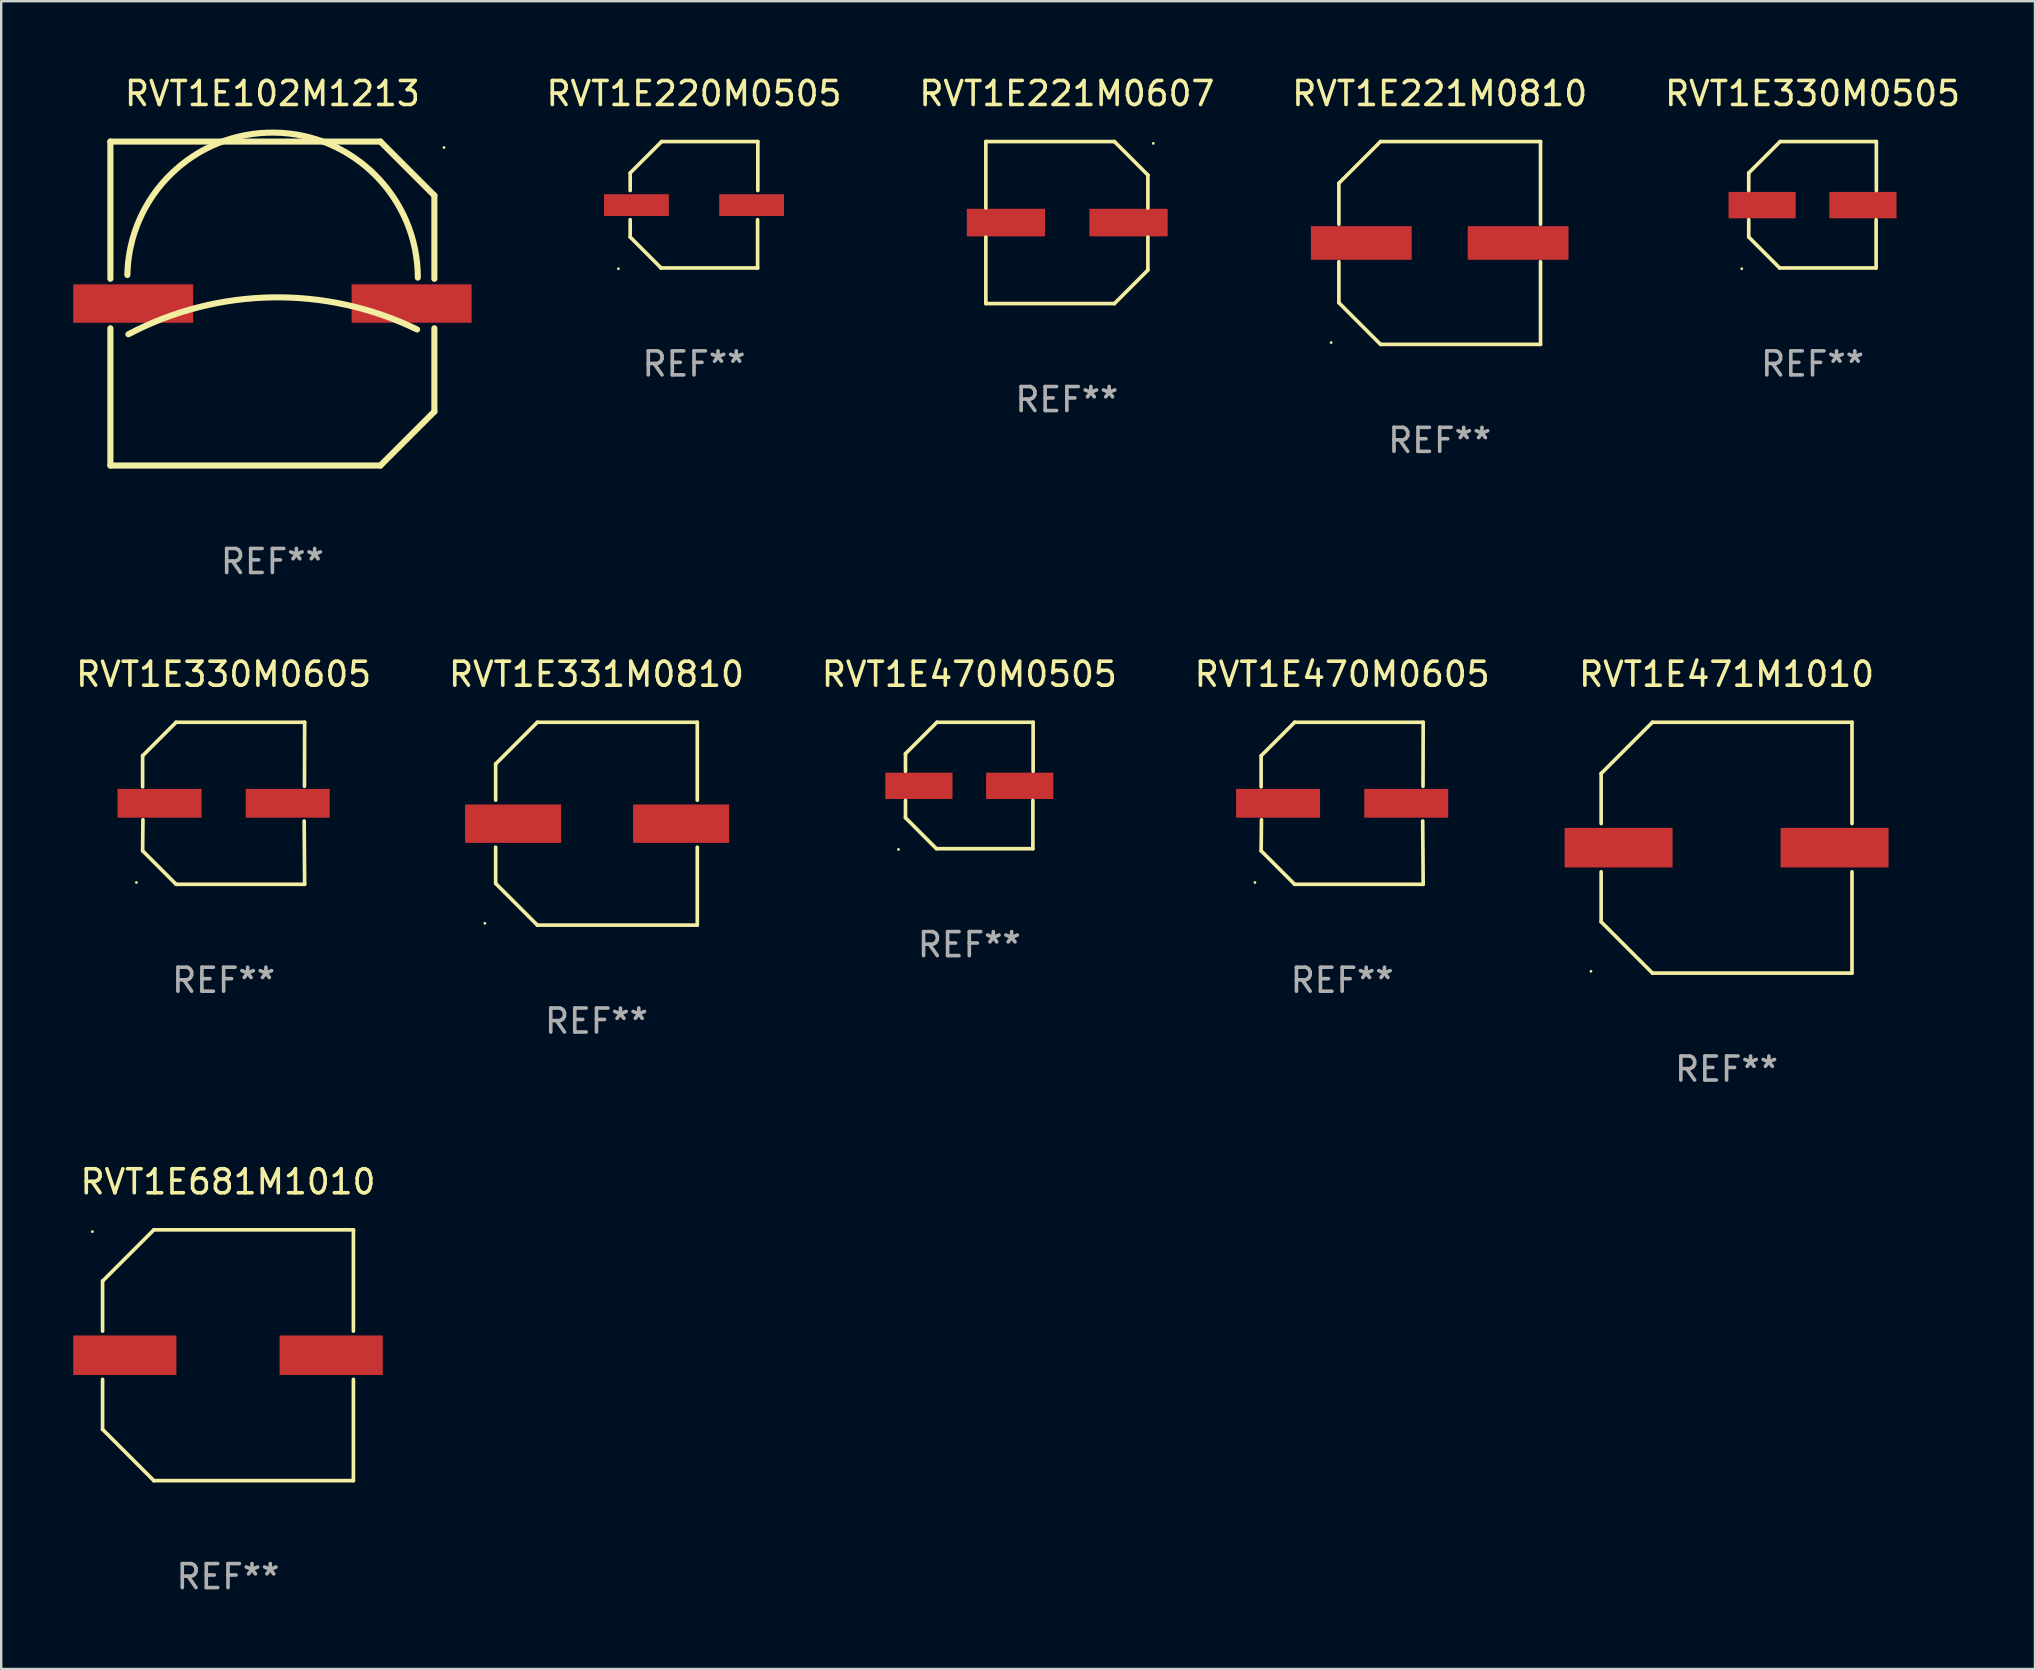
<source format=kicad_pcb>
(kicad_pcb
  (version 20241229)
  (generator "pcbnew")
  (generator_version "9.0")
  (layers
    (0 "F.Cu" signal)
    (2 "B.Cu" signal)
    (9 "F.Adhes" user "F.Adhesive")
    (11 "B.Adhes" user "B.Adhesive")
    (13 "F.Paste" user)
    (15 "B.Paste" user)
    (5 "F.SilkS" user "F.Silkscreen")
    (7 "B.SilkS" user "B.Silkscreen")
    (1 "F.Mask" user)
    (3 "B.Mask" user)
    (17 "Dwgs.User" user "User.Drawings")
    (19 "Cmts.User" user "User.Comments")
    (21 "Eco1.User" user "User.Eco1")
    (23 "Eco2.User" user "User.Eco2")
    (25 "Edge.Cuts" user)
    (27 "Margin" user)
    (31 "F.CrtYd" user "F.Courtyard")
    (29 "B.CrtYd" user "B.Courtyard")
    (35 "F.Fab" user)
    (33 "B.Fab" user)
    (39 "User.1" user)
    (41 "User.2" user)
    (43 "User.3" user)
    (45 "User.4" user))
  (footprint "RVT1E102M1213"
    (layer "F.Cu")
    (at 8.3 9.598)
    (property "Reference" "RVT1E102M1213" (at 0 -8.75 0) (layer "F.SilkS") (effects (font (size 1 1) (thickness 0.15))))
    (attr through_hole)
    (fp_line (start -6.75 -6.75) (end 4.5 -6.75) (stroke (width 0.254) (type solid)) (layer "F.SilkS"))
    (fp_line (start -6.75 -1.031) (end -6.75 -6.75) (stroke (width 0.254) (type solid)) (layer "F.SilkS"))
    (fp_line (start -6.75 6.75) (end -6.75 1.031) (stroke (width 0.254) (type solid)) (layer "F.SilkS"))
    (fp_line (start -6.75 6.75) (end 4.5 6.75) (stroke (width 0.254) (type solid)) (layer "F.SilkS"))
    (fp_line (start 4.5 6.75) (end 6.75 4.5) (stroke (width 0.254) (type solid)) (layer "F.SilkS"))
    (fp_line (start 6.75 -4.5) (end 4.5 -6.75) (stroke (width 0.254) (type solid)) (layer "F.SilkS"))
    (fp_line (start 6.75 -1.031) (end 6.75 -4.5) (stroke (width 0.254) (type solid)) (layer "F.SilkS"))
    (fp_line (start 6.75 4.5) (end 6.75 1.031) (stroke (width 0.254) (type solid)) (layer "F.SilkS"))
    (fp_arc (start -6.043638 -1.190577) (mid 0.06288 -7.123351) (end 6.059995 -1.08001) (stroke (width 0.254001) (type solid)) (layer "F.SilkS"))
    (fp_arc (start -6 1.28001) (mid -0.008883 -0.256469) (end 6.029998 1.08001) (stroke (width 0.254001) (type solid)) (layer "F.SilkS"))
    (fp_circle (center 7.149 -6.5) (end 7.179 -6.5) (stroke (width 0.06) (type solid)) (fill no) (layer "F.SilkS"))
    (fp_text user "REF**" (at 0 10.75 0) (layer "F.Fab") (effects (font (size 1 1) (thickness 0.15))))
    (pad "1" smd rect (at 5.8 0) (size 5 1.6) (layers "F.Cu" "F.Mask" "F.Paste"))
    (pad "2" smd rect (at -5.8 0) (size 5 1.6) (layers "F.Cu" "F.Mask" "F.Paste")))
  (footprint "RVT1E221M0810"
    (layer "F.Cu")
    (at 56.939 7.074)
    (property "Reference" "RVT1E221M0810" (at 0 -6.226 0) (layer "F.SilkS") (effects (font (size 1 1) (thickness 0.15))))
    (attr through_hole)
    (fp_line (start -4.201 -2.49) (end -4.201 -0.782) (stroke (width 0.152) (type solid)) (layer "F.SilkS"))
    (fp_line (start -4.201 2.49) (end -4.201 0.782) (stroke (width 0.152) (type solid)) (layer "F.SilkS"))
    (fp_line (start -2.465 -4.226) (end -4.201 -2.49) (stroke (width 0.152) (type solid)) (layer "F.SilkS"))
    (fp_line (start -2.465 4.226) (end -4.201 2.49) (stroke (width 0.152) (type solid)) (layer "F.SilkS"))
    (fp_line (start 4.201 -4.226) (end -2.465 -4.226) (stroke (width 0.152) (type solid)) (layer "F.SilkS"))
    (fp_line (start 4.201 -0.782) (end 4.201 -4.226) (stroke (width 0.152) (type solid)) (layer "F.SilkS"))
    (fp_line (start 4.201 0.782) (end 4.201 4.226) (stroke (width 0.152) (type solid)) (layer "F.SilkS"))
    (fp_line (start 4.201 4.226) (end -2.465 4.226) (stroke (width 0.152) (type solid)) (layer "F.SilkS"))
    (fp_circle (center -4.524 4.15) (end -4.494 4.15) (stroke (width 0.06) (type solid)) (fill no) (layer "F.SilkS"))
    (fp_text user "REF**" (at 0 8.226 0) (layer "F.Fab") (effects (font (size 1 1) (thickness 0.15))))
    (pad "1" smd rect (at -3.267 0) (size 4.2 1.4) (layers "F.Cu" "F.Mask" "F.Paste"))
    (pad "2" smd rect (at 3.267 0) (size 4.2 1.4) (layers "F.Cu" "F.Mask" "F.Paste")))
  (footprint "RVT1E221M0607"
    (layer "F.Cu")
    (at 41.404 6.224)
    (property "Reference" "RVT1E221M0607" (at 0 -5.376 0) (layer "F.SilkS") (effects (font (size 1 1) (thickness 0.15))))
    (attr through_hole)
    (fp_line (start -3.376 -3.376) (end 1.98 -3.376) (stroke (width 0.152) (type solid)) (layer "F.SilkS"))
    (fp_line (start -3.376 -0.607) (end -3.376 -3.376) (stroke (width 0.152) (type solid)) (layer "F.SilkS"))
    (fp_line (start -3.376 0.607) (end -3.376 3.376) (stroke (width 0.152) (type solid)) (layer "F.SilkS"))
    (fp_line (start -3.376 3.376) (end 1.98 3.376) (stroke (width 0.152) (type solid)) (layer "F.SilkS"))
    (fp_line (start 1.98 -3.376) (end 3.376 -1.98) (stroke (width 0.152) (type solid)) (layer "F.SilkS"))
    (fp_line (start 1.98 3.376) (end 3.376 1.98) (stroke (width 0.152) (type solid)) (layer "F.SilkS"))
    (fp_line (start 3.376 -1.98) (end 3.376 -0.607) (stroke (width 0.152) (type solid)) (layer "F.SilkS"))
    (fp_line (start 3.376 1.98) (end 3.376 0.607) (stroke (width 0.152) (type solid)) (layer "F.SilkS"))
    (fp_circle (center 3.6 -3.3) (end 3.63 -3.3) (stroke (width 0.06) (type solid)) (fill no) (layer "F.SilkS"))
    (fp_text user "REF**" (at 0 7.376 0) (layer "F.Fab") (effects (font (size 1 1) (thickness 0.15))))
    (pad "1" smd rect (at 2.57 0 180) (size 3.26 1.15) (layers "F.Cu" "F.Mask" "F.Paste"))
    (pad "2" smd rect (at -2.54 0 180) (size 3.26 1.15) (layers "F.Cu" "F.Mask" "F.Paste")))
  (footprint "RVT1E471M1010"
    (layer "F.Cu")
    (at 68.893 32.271)
    (property "Reference" "RVT1E471M1010" (at 0 -7.226 0) (layer "F.SilkS") (effects (font (size 1 1) (thickness 0.15))))
    (attr through_hole)
    (fp_line (start -5.226 -3.09) (end -5.226 -1.005) (stroke (width 0.152) (type solid)) (layer "F.SilkS"))
    (fp_line (start -5.226 1.005) (end -5.226 3.09) (stroke (width 0.152) (type solid)) (layer "F.SilkS"))
    (fp_line (start -3.09 -5.226) (end -5.226 -3.09) (stroke (width 0.152) (type solid)) (layer "F.SilkS"))
    (fp_line (start -3.09 5.226) (end -5.226 3.09) (stroke (width 0.152) (type solid)) (layer "F.SilkS"))
    (fp_line (start 5.226 -5.226) (end -3.09 -5.226) (stroke (width 0.152) (type solid)) (layer "F.SilkS"))
    (fp_line (start 5.226 -1.005) (end 5.226 -5.226) (stroke (width 0.152) (type solid)) (layer "F.SilkS"))
    (fp_line (start 5.226 5.226) (end -3.09 5.226) (stroke (width 0.152) (type solid)) (layer "F.SilkS"))
    (fp_line (start 5.226 5.226) (end 5.226 1.005) (stroke (width 0.152) (type solid)) (layer "F.SilkS"))
    (fp_circle (center -5.65 5.15) (end -5.62 5.15) (stroke (width 0.06) (type solid)) (fill no) (layer "F.SilkS"))
    (fp_text user "REF**" (at 0 9.226 0) (layer "F.Fab") (effects (font (size 1 1) (thickness 0.15))))
    (pad "1" smd rect (at -4.5 0) (size 4.5 1.65) (layers "F.Cu" "F.Mask" "F.Paste"))
    (pad "2" smd rect (at 4.5 0) (size 4.5 1.65) (layers "F.Cu" "F.Mask" "F.Paste")))
  (footprint "RVT1E330M0505"
    (layer "F.Cu")
    (at 72.475 5.482)
    (property "Reference" "RVT1E330M0505" (at 0 -4.634 0) (layer "F.SilkS") (effects (font (size 1 1) (thickness 0.15))))
    (attr through_hole)
    (fp_line (start -2.659 -1.326) (end -2.659 -0.592) (stroke (width 0.152) (type solid)) (layer "F.SilkS"))
    (fp_line (start -2.659 1.346) (end -2.659 0.622) (stroke (width 0.152) (type solid)) (layer "F.SilkS"))
    (fp_line (start -1.372 2.634) (end -2.659 1.346) (stroke (width 0.152) (type solid)) (layer "F.SilkS"))
    (fp_line (start -1.349 -2.634) (end -2.659 -1.326) (stroke (width 0.152) (type solid)) (layer "F.SilkS"))
    (fp_line (start 2.649 0.622) (end 2.649 2.634) (stroke (width 0.152) (type solid)) (layer "F.SilkS"))
    (fp_line (start 2.649 2.634) (end -1.372 2.634) (stroke (width 0.152) (type solid)) (layer "F.SilkS"))
    (fp_line (start 2.659 -2.634) (end -1.349 -2.634) (stroke (width 0.152) (type solid)) (layer "F.SilkS"))
    (fp_line (start 2.659 -0.592) (end 2.659 -2.634) (stroke (width 0.152) (type solid)) (layer "F.SilkS"))
    (fp_circle (center -2.95 2.665) (end -2.92 2.665) (stroke (width 0.06) (type solid)) (fill no) (layer "F.SilkS"))
    (fp_text user "REF**" (at 0 6.634 0) (layer "F.Fab") (effects (font (size 1 1) (thickness 0.15))))
    (pad "1" smd rect (at -2.1 0.015) (size 2.8 1.1) (layers "F.Cu" "F.Mask" "F.Paste"))
    (pad "2" smd rect (at 2.1 0.015) (size 2.8 1.1) (layers "F.Cu" "F.Mask" "F.Paste")))
  (footprint "RVT1E220M0505"
    (layer "F.Cu")
    (at 25.868 5.482)
    (property "Reference" "RVT1E220M0505" (at 0 -4.634 0) (layer "F.SilkS") (effects (font (size 1 1) (thickness 0.15))))
    (attr through_hole)
    (fp_line (start -2.659 -1.326) (end -2.659 -0.592) (stroke (width 0.152) (type solid)) (layer "F.SilkS"))
    (fp_line (start -2.659 1.346) (end -2.659 0.622) (stroke (width 0.152) (type solid)) (layer "F.SilkS"))
    (fp_line (start -1.372 2.634) (end -2.659 1.346) (stroke (width 0.152) (type solid)) (layer "F.SilkS"))
    (fp_line (start -1.349 -2.634) (end -2.659 -1.326) (stroke (width 0.152) (type solid)) (layer "F.SilkS"))
    (fp_line (start 2.649 0.622) (end 2.649 2.634) (stroke (width 0.152) (type solid)) (layer "F.SilkS"))
    (fp_line (start 2.649 2.634) (end -1.372 2.634) (stroke (width 0.152) (type solid)) (layer "F.SilkS"))
    (fp_line (start 2.659 -2.634) (end -1.349 -2.634) (stroke (width 0.152) (type solid)) (layer "F.SilkS"))
    (fp_line (start 2.659 -0.592) (end 2.659 -2.634) (stroke (width 0.152) (type solid)) (layer "F.SilkS"))
    (fp_circle (center -3.15 2.665) (end -3.12 2.665) (stroke (width 0.06) (type solid)) (fill no) (layer "F.SilkS"))
    (fp_text user "REF**" (at 0 6.634 0) (layer "F.Fab") (effects (font (size 1 1) (thickness 0.15))))
    (pad "1" smd rect (at -2.4 0.015) (size 2.7 0.91) (layers "F.Cu" "F.Mask" "F.Paste"))
    (pad "2" smd rect (at 2.4 0.015) (size 2.7 0.91) (layers "F.Cu" "F.Mask" "F.Paste")))
  (footprint "RVT1E330M0605"
    (layer "F.Cu")
    (at 6.268 30.421)
    (property "Reference" "RVT1E330M0605" (at 0 -5.376 0) (layer "F.SilkS") (effects (font (size 1 1) (thickness 0.15))))
    (attr through_hole)
    (fp_line (start -3.376 -1.98) (end -3.376 -0.686) (stroke (width 0.152) (type solid)) (layer "F.SilkS"))
    (fp_line (start -3.376 1.981) (end -3.362 0.686) (stroke (width 0.152) (type solid)) (layer "F.SilkS"))
    (fp_line (start -1.981 3.376) (end -3.376 1.981) (stroke (width 0.152) (type solid)) (layer "F.SilkS"))
    (fp_line (start -1.98 -3.376) (end -3.376 -1.98) (stroke (width 0.152) (type solid)) (layer "F.SilkS"))
    (fp_line (start 3.356 0.74) (end 3.376 3.376) (stroke (width 0.152) (type solid)) (layer "F.SilkS"))
    (fp_line (start 3.369 -0.707) (end 3.376 -3.376) (stroke (width 0.152) (type solid)) (layer "F.SilkS"))
    (fp_line (start 3.376 3.376) (end -1.981 3.376) (stroke (width 0.152) (type solid)) (layer "F.SilkS"))
    (fp_line (start 3.376 -3.376) (end -1.98 -3.376) (stroke (width 0.152) (type solid)) (layer "F.SilkS"))
    (fp_circle (center -3.634 3.3) (end -3.604 3.3) (stroke (width 0.06) (type solid)) (fill no) (layer "F.SilkS"))
    (fp_text user "REF**" (at 0 7.376 0) (layer "F.Fab") (effects (font (size 1 1) (thickness 0.15))))
    (pad "1" smd rect (at -2.67 0.000254) (size 3.5 1.2) (layers "F.Cu" "F.Mask" "F.Paste"))
    (pad "2" smd rect (at 2.67 0.000254) (size 3.5 1.2) (layers "F.Cu" "F.Mask" "F.Paste")))
  (footprint "RVT1E470M0605"
    (layer "F.Cu")
    (at 52.875 30.421)
    (property "Reference" "RVT1E470M0605" (at 0 -5.376 0) (layer "F.SilkS") (effects (font (size 1 1) (thickness 0.15))))
    (attr through_hole)
    (fp_line (start -3.376 -1.98) (end -3.376 -0.686) (stroke (width 0.152) (type solid)) (layer "F.SilkS"))
    (fp_line (start -3.376 1.981) (end -3.362 0.686) (stroke (width 0.152) (type solid)) (layer "F.SilkS"))
    (fp_line (start -1.981 3.376) (end -3.376 1.981) (stroke (width 0.152) (type solid)) (layer "F.SilkS"))
    (fp_line (start -1.98 -3.376) (end -3.376 -1.98) (stroke (width 0.152) (type solid)) (layer "F.SilkS"))
    (fp_line (start 3.356 0.74) (end 3.376 3.376) (stroke (width 0.152) (type solid)) (layer "F.SilkS"))
    (fp_line (start 3.369 -0.707) (end 3.376 -3.376) (stroke (width 0.152) (type solid)) (layer "F.SilkS"))
    (fp_line (start 3.376 3.376) (end -1.981 3.376) (stroke (width 0.152) (type solid)) (layer "F.SilkS"))
    (fp_line (start 3.376 -3.376) (end -1.98 -3.376) (stroke (width 0.152) (type solid)) (layer "F.SilkS"))
    (fp_circle (center -3.634 3.3) (end -3.604 3.3) (stroke (width 0.06) (type solid)) (fill no) (layer "F.SilkS"))
    (fp_text user "REF**" (at 0 7.376 0) (layer "F.Fab") (effects (font (size 1 1) (thickness 0.15))))
    (pad "1" smd rect (at -2.67 0.000254) (size 3.5 1.2) (layers "F.Cu" "F.Mask" "F.Paste"))
    (pad "2" smd rect (at 2.67 0.000254) (size 3.5 1.2) (layers "F.Cu" "F.Mask" "F.Paste")))
  (footprint "RVT1E681M1010"
    (layer "F.Cu")
    (at 6.45 53.42)
    (property "Reference" "RVT1E681M1010" (at 0 -7.226 0) (layer "F.SilkS") (effects (font (size 1 1) (thickness 0.15))))
    (attr through_hole)
    (fp_line (start -5.226 -3.09) (end -5.226 -1.005) (stroke (width 0.152) (type solid)) (layer "F.SilkS"))
    (fp_line (start -5.226 1.005) (end -5.226 3.09) (stroke (width 0.152) (type solid)) (layer "F.SilkS"))
    (fp_line (start -3.09 -5.226) (end -5.226 -3.09) (stroke (width 0.152) (type solid)) (layer "F.SilkS"))
    (fp_line (start -3.09 5.226) (end -5.226 3.09) (stroke (width 0.152) (type solid)) (layer "F.SilkS"))
    (fp_line (start 5.226 -5.226) (end -3.09 -5.226) (stroke (width 0.152) (type solid)) (layer "F.SilkS"))
    (fp_line (start 5.226 -1.005) (end 5.226 -5.226) (stroke (width 0.152) (type solid)) (layer "F.SilkS"))
    (fp_line (start 5.226 5.226) (end -3.09 5.226) (stroke (width 0.152) (type solid)) (layer "F.SilkS"))
    (fp_line (start 5.226 5.226) (end 5.226 1.005) (stroke (width 0.152) (type solid)) (layer "F.SilkS"))
    (fp_circle (center -5.65 -5.15) (end -5.62 -5.15) (stroke (width 0.06) (type solid)) (fill no) (layer "F.SilkS"))
    (fp_text user "REF**" (at 0 9.226 0) (layer "F.Fab") (effects (font (size 1 1) (thickness 0.15))))
    (pad "1" smd rect (at -4.3 -0.000102) (size 4.3 1.65) (layers "F.Cu" "F.Mask" "F.Paste"))
    (pad "2" smd rect (at 4.3 -0.000102) (size 4.3 1.65) (layers "F.Cu" "F.Mask" "F.Paste")))
  (footprint "RVT1E331M0810"
    (layer "F.Cu")
    (at 21.804 31.271)
    (property "Reference" "RVT1E331M0810" (at 0 -6.226 0) (layer "F.SilkS") (effects (font (size 1 1) (thickness 0.15))))
    (attr through_hole)
    (fp_line (start -4.201 -0.98) (end -4.201 -2.49) (stroke (width 0.152) (type solid)) (layer "F.SilkS"))
    (fp_line (start -4.201 2.49) (end -4.201 0.98) (stroke (width 0.152) (type solid)) (layer "F.SilkS"))
    (fp_line (start -2.465 -4.226) (end -4.201 -2.49) (stroke (width 0.152) (type solid)) (layer "F.SilkS"))
    (fp_line (start -2.465 4.226) (end -4.201 2.49) (stroke (width 0.152) (type solid)) (layer "F.SilkS"))
    (fp_line (start 4.201 -4.226) (end -2.465 -4.226) (stroke (width 0.152) (type solid)) (layer "F.SilkS"))
    (fp_line (start 4.201 -4.226) (end 4.201 -0.98) (stroke (width 0.152) (type solid)) (layer "F.SilkS"))
    (fp_line (start 4.201 0.98) (end 4.201 4.226) (stroke (width 0.152) (type solid)) (layer "F.SilkS"))
    (fp_line (start 4.201 4.226) (end -2.465 4.226) (stroke (width 0.152) (type solid)) (layer "F.SilkS"))
    (fp_circle (center -4.651 4.152) (end -4.621 4.152) (stroke (width 0.06) (type solid)) (fill no) (layer "F.SilkS"))
    (fp_text user "REF**" (at 0 8.226 0) (layer "F.Fab") (effects (font (size 1 1) (thickness 0.15))))
    (pad "1" smd rect (at -3.475 0.000076) (size 4 1.6) (layers "F.Cu" "F.Mask" "F.Paste"))
    (pad "2" smd rect (at 3.525 0.000076) (size 4 1.6) (layers "F.Cu" "F.Mask" "F.Paste")))
  (footprint "RVT1E470M0505"
    (layer "F.Cu")
    (at 37.339 29.679)
    (property "Reference" "RVT1E470M0505" (at 0 -4.634 0) (layer "F.SilkS") (effects (font (size 1 1) (thickness 0.15))))
    (attr through_hole)
    (fp_line (start -2.659 -1.326) (end -2.659 -0.592) (stroke (width 0.152) (type solid)) (layer "F.SilkS"))
    (fp_line (start -2.659 1.346) (end -2.659 0.622) (stroke (width 0.152) (type solid)) (layer "F.SilkS"))
    (fp_line (start -1.372 2.634) (end -2.659 1.346) (stroke (width 0.152) (type solid)) (layer "F.SilkS"))
    (fp_line (start -1.349 -2.634) (end -2.659 -1.326) (stroke (width 0.152) (type solid)) (layer "F.SilkS"))
    (fp_line (start 2.649 0.622) (end 2.649 2.634) (stroke (width 0.152) (type solid)) (layer "F.SilkS"))
    (fp_line (start 2.649 2.634) (end -1.372 2.634) (stroke (width 0.152) (type solid)) (layer "F.SilkS"))
    (fp_line (start 2.659 -2.634) (end -1.349 -2.634) (stroke (width 0.152) (type solid)) (layer "F.SilkS"))
    (fp_line (start 2.659 -0.592) (end 2.659 -2.634) (stroke (width 0.152) (type solid)) (layer "F.SilkS"))
    (fp_circle (center -2.95 2.665) (end -2.92 2.665) (stroke (width 0.06) (type solid)) (fill no) (layer "F.SilkS"))
    (fp_text user "REF**" (at 0 6.634 0) (layer "F.Fab") (effects (font (size 1 1) (thickness 0.15))))
    (pad "1" smd rect (at -2.1 0.015) (size 2.8 1.1) (layers "F.Cu" "F.Mask" "F.Paste"))
    (pad "2" smd rect (at 2.1 0.015) (size 2.8 1.1) (layers "F.Cu" "F.Mask" "F.Paste")))
  (gr_rect
    (start -3 -3)
    (end 81.743 66.494)
    (stroke (width 0.1) (type default))
    (fill no)
    (layer "Edge.Cuts")))
</source>
